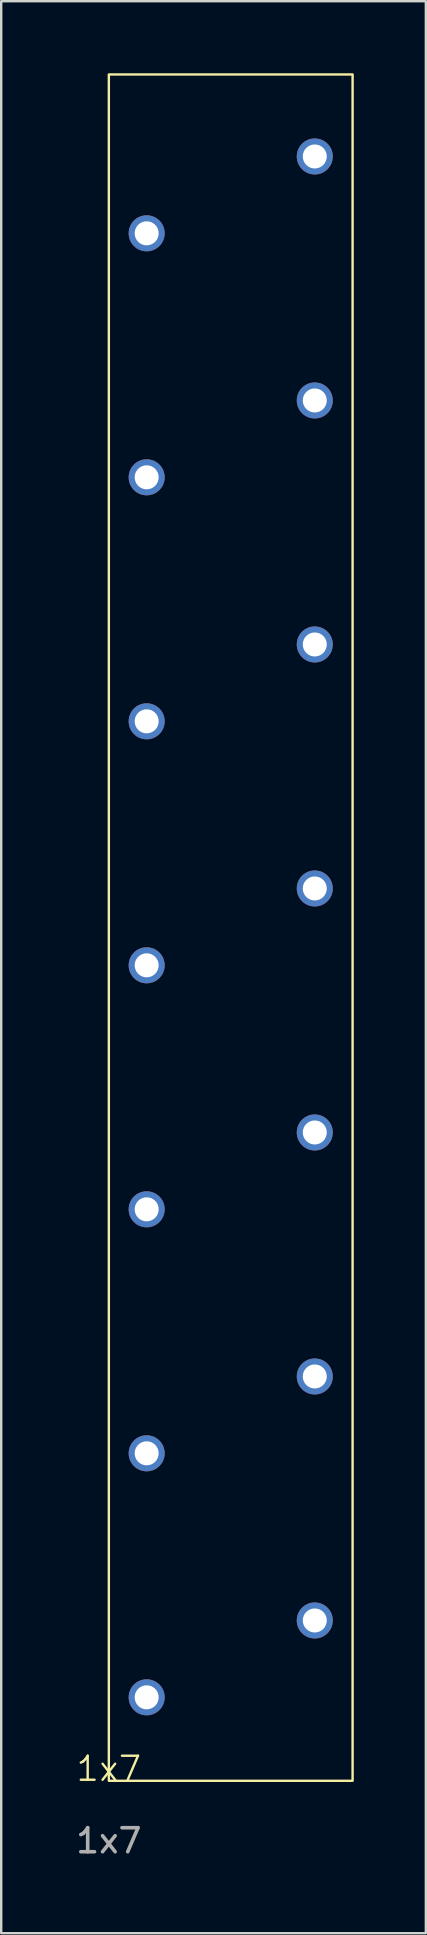
<source format=kicad_pcb>
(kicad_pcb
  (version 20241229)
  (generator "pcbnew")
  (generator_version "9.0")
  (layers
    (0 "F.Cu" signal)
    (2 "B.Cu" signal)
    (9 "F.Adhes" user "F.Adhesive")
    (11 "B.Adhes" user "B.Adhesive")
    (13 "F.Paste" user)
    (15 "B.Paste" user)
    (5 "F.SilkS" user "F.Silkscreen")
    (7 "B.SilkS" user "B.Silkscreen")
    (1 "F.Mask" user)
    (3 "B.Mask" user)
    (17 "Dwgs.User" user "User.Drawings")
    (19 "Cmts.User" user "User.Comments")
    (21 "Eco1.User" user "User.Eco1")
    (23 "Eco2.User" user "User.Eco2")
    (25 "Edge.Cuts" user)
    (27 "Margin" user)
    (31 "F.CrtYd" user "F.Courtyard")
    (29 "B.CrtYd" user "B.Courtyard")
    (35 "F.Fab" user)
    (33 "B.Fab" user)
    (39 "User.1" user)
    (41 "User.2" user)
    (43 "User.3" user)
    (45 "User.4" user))
  (footprint "1x7"
    (layer "F.Cu")
    (at 1.482 71.1)
    (property "Reference" "1x7" (at 0 -0.5 0) (unlocked yes) (layer "F.SilkS") (effects (font (size 1 1) (thickness 0.1))))
    (attr through_hole)
    (fp_rect (start 0 0) (end 10.15 -71.05) (stroke (width 0.1) (type default)) (fill no) (layer "F.SilkS"))
    (fp_text user "${REFERENCE}" (at 0 2.5 0) (unlocked yes) (layer "F.Fab") (effects (font (size 1 1) (thickness 0.15))))
    (pad "1" thru_hole circle (at 1.575 -3.475) (size 1.5 1.5) (drill 1) (layers "*.Cu" "*.Mask"))
    (pad "2" thru_hole circle (at 8.575 -6.675) (size 1.5 1.5) (drill 1) (layers "*.Cu" "*.Mask"))
    (pad "3" thru_hole circle (at 1.575 -13.635) (size 1.5 1.5) (drill 1) (layers "*.Cu" "*.Mask"))
    (pad "4" thru_hole circle (at 8.575 -16.835) (size 1.5 1.5) (drill 1) (layers "*.Cu" "*.Mask"))
    (pad "5" thru_hole circle (at 1.575 -23.795) (size 1.5 1.5) (drill 1) (layers "*.Cu" "*.Mask"))
    (pad "6" thru_hole circle (at 8.575 -26.995) (size 1.5 1.5) (drill 1) (layers "*.Cu" "*.Mask"))
    (pad "7" thru_hole circle (at 1.575 -33.955) (size 1.5 1.5) (drill 1) (layers "*.Cu" "*.Mask"))
    (pad "8" thru_hole circle (at 8.575 -37.155) (size 1.5 1.5) (drill 1) (layers "*.Cu" "*.Mask"))
    (pad "9" thru_hole circle (at 1.575 -44.115) (size 1.5 1.5) (drill 1) (layers "*.Cu" "*.Mask"))
    (pad "10" thru_hole circle (at 8.575 -47.315) (size 1.5 1.5) (drill 1) (layers "*.Cu" "*.Mask"))
    (pad "11" thru_hole circle (at 1.575 -54.275) (size 1.5 1.5) (drill 1) (layers "*.Cu" "*.Mask"))
    (pad "12" thru_hole circle (at 8.575 -57.475) (size 1.5 1.5) (drill 1) (layers "*.Cu" "*.Mask"))
    (pad "13" thru_hole circle (at 1.575 -64.435) (size 1.5 1.5) (drill 1) (layers "*.Cu" "*.Mask"))
    (pad "14" thru_hole circle (at 8.575 -67.635) (size 1.5 1.5) (drill 1) (layers "*.Cu" "*.Mask")))
  (gr_rect
    (start -3 -3)
    (end 14.682 77.448)
    (stroke (width 0.1) (type default))
    (fill no)
    (layer "Edge.Cuts")))
</source>
